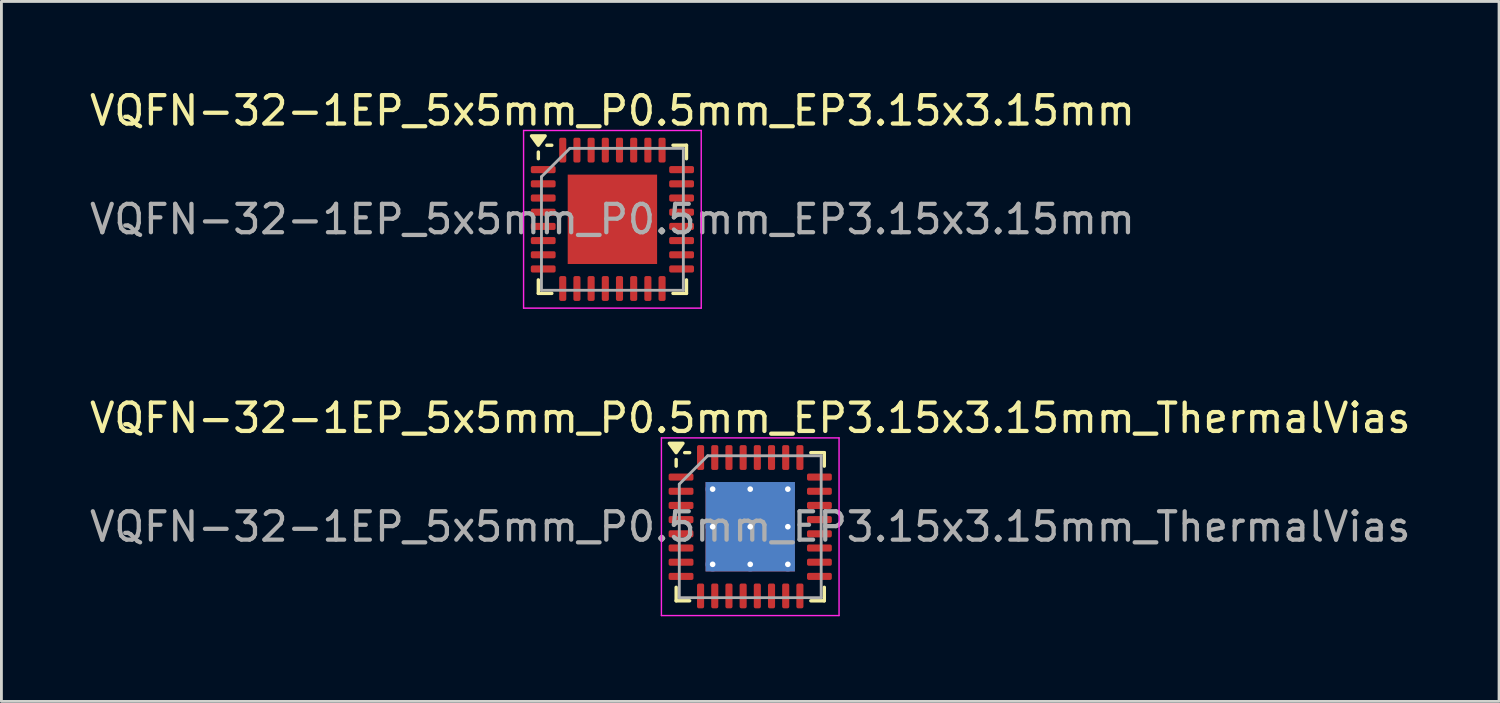
<source format=kicad_pcb>
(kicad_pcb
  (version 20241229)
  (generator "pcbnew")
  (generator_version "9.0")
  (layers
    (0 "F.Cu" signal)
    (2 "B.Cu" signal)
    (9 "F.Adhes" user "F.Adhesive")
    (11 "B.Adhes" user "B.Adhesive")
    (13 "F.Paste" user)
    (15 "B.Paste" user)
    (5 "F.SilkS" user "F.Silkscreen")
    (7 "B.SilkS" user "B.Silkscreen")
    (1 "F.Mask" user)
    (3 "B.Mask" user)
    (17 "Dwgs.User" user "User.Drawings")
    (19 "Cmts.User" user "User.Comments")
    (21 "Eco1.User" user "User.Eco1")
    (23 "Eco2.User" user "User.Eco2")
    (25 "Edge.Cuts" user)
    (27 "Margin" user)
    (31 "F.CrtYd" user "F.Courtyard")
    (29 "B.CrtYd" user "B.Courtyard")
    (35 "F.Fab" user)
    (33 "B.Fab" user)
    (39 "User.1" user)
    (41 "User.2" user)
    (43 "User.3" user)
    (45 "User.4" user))
  (footprint "VQFN-32-1EP_5x5mm_P0.5mm_EP3.15x3.15mm"
    (layer "F.Cu")
    (at 18.53 4.678)
    (property "Reference" "VQFN-32-1EP_5x5mm_P0.5mm_EP3.15x3.15mm" (at 0 -3.83 0) (layer "F.SilkS") (effects (font (size 1 1) (thickness 0.15))))
    (attr smd)
    (fp_line (start -2.61 -2.135) (end -2.61 -2.37) (stroke (width 0.12) (type solid)) (layer "F.SilkS"))
    (fp_line (start -2.61 2.61) (end -2.61 2.135) (stroke (width 0.12) (type solid)) (layer "F.SilkS"))
    (fp_line (start -2.135 -2.61) (end -2.31 -2.61) (stroke (width 0.12) (type solid)) (layer "F.SilkS"))
    (fp_line (start -2.135 2.61) (end -2.61 2.61) (stroke (width 0.12) (type solid)) (layer "F.SilkS"))
    (fp_line (start 2.135 -2.61) (end 2.61 -2.61) (stroke (width 0.12) (type solid)) (layer "F.SilkS"))
    (fp_line (start 2.135 2.61) (end 2.61 2.61) (stroke (width 0.12) (type solid)) (layer "F.SilkS"))
    (fp_line (start 2.61 -2.61) (end 2.61 -2.135) (stroke (width 0.12) (type solid)) (layer "F.SilkS"))
    (fp_line (start 2.61 2.61) (end 2.61 2.135) (stroke (width 0.12) (type solid)) (layer "F.SilkS"))
    (fp_poly (pts (xy -2.61 -2.61) (xy -2.85 -2.94) (xy -2.37 -2.94) (xy -2.61 -2.61)) (stroke (width 0.12) (type solid)) (fill yes) (layer "F.SilkS"))
    (fp_line (start -3.13 -3.13) (end -3.13 3.13) (stroke (width 0.05) (type solid)) (layer "F.CrtYd"))
    (fp_line (start -3.13 3.13) (end 3.13 3.13) (stroke (width 0.05) (type solid)) (layer "F.CrtYd"))
    (fp_line (start 3.13 -3.13) (end -3.13 -3.13) (stroke (width 0.05) (type solid)) (layer "F.CrtYd"))
    (fp_line (start 3.13 3.13) (end 3.13 -3.13) (stroke (width 0.05) (type solid)) (layer "F.CrtYd"))
    (fp_line (start -2.5 -1.5) (end -1.5 -2.5) (stroke (width 0.1) (type solid)) (layer "F.Fab"))
    (fp_line (start -2.5 2.5) (end -2.5 -1.5) (stroke (width 0.1) (type solid)) (layer "F.Fab"))
    (fp_line (start -1.5 -2.5) (end 2.5 -2.5) (stroke (width 0.1) (type solid)) (layer "F.Fab"))
    (fp_line (start 2.5 -2.5) (end 2.5 2.5) (stroke (width 0.1) (type solid)) (layer "F.Fab"))
    (fp_line (start 2.5 2.5) (end -2.5 2.5) (stroke (width 0.1) (type solid)) (layer "F.Fab"))
    (fp_text user "${REFERENCE}" (at 0 0 0) (layer "F.Fab") (effects (font (size 1 1) (thickness 0.15))))
    (pad "" smd roundrect (at -0.79 -0.79) (size 1.27 1.27) (layers "F.Paste") (roundrect_rratio 0.197))
    (pad "" smd roundrect (at -0.79 0.79) (size 1.27 1.27) (layers "F.Paste") (roundrect_rratio 0.197))
    (pad "" smd roundrect (at 0.79 -0.79) (size 1.27 1.27) (layers "F.Paste") (roundrect_rratio 0.197))
    (pad "" smd roundrect (at 0.79 0.79) (size 1.27 1.27) (layers "F.Paste") (roundrect_rratio 0.197))
    (pad "1" smd roundrect (at -2.438 -1.75) (size 0.875 0.25) (layers "F.Cu" "F.Mask" "F.Paste") (roundrect_rratio 0.25))
    (pad "2" smd roundrect (at -2.438 -1.25) (size 0.875 0.25) (layers "F.Cu" "F.Mask" "F.Paste") (roundrect_rratio 0.25))
    (pad "3" smd roundrect (at -2.438 -0.75) (size 0.875 0.25) (layers "F.Cu" "F.Mask" "F.Paste") (roundrect_rratio 0.25))
    (pad "4" smd roundrect (at -2.438 -0.25) (size 0.875 0.25) (layers "F.Cu" "F.Mask" "F.Paste") (roundrect_rratio 0.25))
    (pad "5" smd roundrect (at -2.438 0.25) (size 0.875 0.25) (layers "F.Cu" "F.Mask" "F.Paste") (roundrect_rratio 0.25))
    (pad "6" smd roundrect (at -2.438 0.75) (size 0.875 0.25) (layers "F.Cu" "F.Mask" "F.Paste") (roundrect_rratio 0.25))
    (pad "7" smd roundrect (at -2.438 1.25) (size 0.875 0.25) (layers "F.Cu" "F.Mask" "F.Paste") (roundrect_rratio 0.25))
    (pad "8" smd roundrect (at -2.438 1.75) (size 0.875 0.25) (layers "F.Cu" "F.Mask" "F.Paste") (roundrect_rratio 0.25))
    (pad "9" smd roundrect (at -1.75 2.438) (size 0.25 0.875) (layers "F.Cu" "F.Mask" "F.Paste") (roundrect_rratio 0.25))
    (pad "10" smd roundrect (at -1.25 2.438) (size 0.25 0.875) (layers "F.Cu" "F.Mask" "F.Paste") (roundrect_rratio 0.25))
    (pad "11" smd roundrect (at -0.75 2.438) (size 0.25 0.875) (layers "F.Cu" "F.Mask" "F.Paste") (roundrect_rratio 0.25))
    (pad "12" smd roundrect (at -0.25 2.438) (size 0.25 0.875) (layers "F.Cu" "F.Mask" "F.Paste") (roundrect_rratio 0.25))
    (pad "13" smd roundrect (at 0.25 2.438) (size 0.25 0.875) (layers "F.Cu" "F.Mask" "F.Paste") (roundrect_rratio 0.25))
    (pad "14" smd roundrect (at 0.75 2.438) (size 0.25 0.875) (layers "F.Cu" "F.Mask" "F.Paste") (roundrect_rratio 0.25))
    (pad "15" smd roundrect (at 1.25 2.438) (size 0.25 0.875) (layers "F.Cu" "F.Mask" "F.Paste") (roundrect_rratio 0.25))
    (pad "16" smd roundrect (at 1.75 2.438) (size 0.25 0.875) (layers "F.Cu" "F.Mask" "F.Paste") (roundrect_rratio 0.25))
    (pad "17" smd roundrect (at 2.438 1.75) (size 0.875 0.25) (layers "F.Cu" "F.Mask" "F.Paste") (roundrect_rratio 0.25))
    (pad "18" smd roundrect (at 2.438 1.25) (size 0.875 0.25) (layers "F.Cu" "F.Mask" "F.Paste") (roundrect_rratio 0.25))
    (pad "19" smd roundrect (at 2.438 0.75) (size 0.875 0.25) (layers "F.Cu" "F.Mask" "F.Paste") (roundrect_rratio 0.25))
    (pad "20" smd roundrect (at 2.438 0.25) (size 0.875 0.25) (layers "F.Cu" "F.Mask" "F.Paste") (roundrect_rratio 0.25))
    (pad "21" smd roundrect (at 2.438 -0.25) (size 0.875 0.25) (layers "F.Cu" "F.Mask" "F.Paste") (roundrect_rratio 0.25))
    (pad "22" smd roundrect (at 2.438 -0.75) (size 0.875 0.25) (layers "F.Cu" "F.Mask" "F.Paste") (roundrect_rratio 0.25))
    (pad "23" smd roundrect (at 2.438 -1.25) (size 0.875 0.25) (layers "F.Cu" "F.Mask" "F.Paste") (roundrect_rratio 0.25))
    (pad "24" smd roundrect (at 2.438 -1.75) (size 0.875 0.25) (layers "F.Cu" "F.Mask" "F.Paste") (roundrect_rratio 0.25))
    (pad "25" smd roundrect (at 1.75 -2.438) (size 0.25 0.875) (layers "F.Cu" "F.Mask" "F.Paste") (roundrect_rratio 0.25))
    (pad "26" smd roundrect (at 1.25 -2.438) (size 0.25 0.875) (layers "F.Cu" "F.Mask" "F.Paste") (roundrect_rratio 0.25))
    (pad "27" smd roundrect (at 0.75 -2.438) (size 0.25 0.875) (layers "F.Cu" "F.Mask" "F.Paste") (roundrect_rratio 0.25))
    (pad "28" smd roundrect (at 0.25 -2.438) (size 0.25 0.875) (layers "F.Cu" "F.Mask" "F.Paste") (roundrect_rratio 0.25))
    (pad "29" smd roundrect (at -0.25 -2.438) (size 0.25 0.875) (layers "F.Cu" "F.Mask" "F.Paste") (roundrect_rratio 0.25))
    (pad "30" smd roundrect (at -0.75 -2.438) (size 0.25 0.875) (layers "F.Cu" "F.Mask" "F.Paste") (roundrect_rratio 0.25))
    (pad "31" smd roundrect (at -1.25 -2.438) (size 0.25 0.875) (layers "F.Cu" "F.Mask" "F.Paste") (roundrect_rratio 0.25))
    (pad "32" smd roundrect (at -1.75 -2.438) (size 0.25 0.875) (layers "F.Cu" "F.Mask" "F.Paste") (roundrect_rratio 0.25))
    (pad "33" smd rect (at 0 0) (size 3.15 3.15) (property pad_prop_heatsink) (layers "F.Cu" "F.Mask")))
  (footprint "VQFN-32-1EP_5x5mm_P0.5mm_EP3.15x3.15mm_ThermalVias"
    (layer "F.Cu")
    (at 23.387 15.511)
    (property "Reference" "VQFN-32-1EP_5x5mm_P0.5mm_EP3.15x3.15mm_ThermalVias" (at 0 -3.83 0) (layer "F.SilkS") (effects (font (size 1 1) (thickness 0.15))))
    (attr smd)
    (fp_line (start -2.61 -2.135) (end -2.61 -2.37) (stroke (width 0.12) (type solid)) (layer "F.SilkS"))
    (fp_line (start -2.61 2.61) (end -2.61 2.135) (stroke (width 0.12) (type solid)) (layer "F.SilkS"))
    (fp_line (start -2.135 -2.61) (end -2.31 -2.61) (stroke (width 0.12) (type solid)) (layer "F.SilkS"))
    (fp_line (start -2.135 2.61) (end -2.61 2.61) (stroke (width 0.12) (type solid)) (layer "F.SilkS"))
    (fp_line (start 2.135 -2.61) (end 2.61 -2.61) (stroke (width 0.12) (type solid)) (layer "F.SilkS"))
    (fp_line (start 2.135 2.61) (end 2.61 2.61) (stroke (width 0.12) (type solid)) (layer "F.SilkS"))
    (fp_line (start 2.61 -2.61) (end 2.61 -2.135) (stroke (width 0.12) (type solid)) (layer "F.SilkS"))
    (fp_line (start 2.61 2.61) (end 2.61 2.135) (stroke (width 0.12) (type solid)) (layer "F.SilkS"))
    (fp_poly (pts (xy -2.61 -2.61) (xy -2.85 -2.94) (xy -2.37 -2.94) (xy -2.61 -2.61)) (stroke (width 0.12) (type solid)) (fill yes) (layer "F.SilkS"))
    (fp_line (start -3.13 -3.13) (end -3.13 3.13) (stroke (width 0.05) (type solid)) (layer "F.CrtYd"))
    (fp_line (start -3.13 3.13) (end 3.13 3.13) (stroke (width 0.05) (type solid)) (layer "F.CrtYd"))
    (fp_line (start 3.13 -3.13) (end -3.13 -3.13) (stroke (width 0.05) (type solid)) (layer "F.CrtYd"))
    (fp_line (start 3.13 3.13) (end 3.13 -3.13) (stroke (width 0.05) (type solid)) (layer "F.CrtYd"))
    (fp_line (start -2.5 -1.5) (end -1.5 -2.5) (stroke (width 0.1) (type solid)) (layer "F.Fab"))
    (fp_line (start -2.5 2.5) (end -2.5 -1.5) (stroke (width 0.1) (type solid)) (layer "F.Fab"))
    (fp_line (start -1.5 -2.5) (end 2.5 -2.5) (stroke (width 0.1) (type solid)) (layer "F.Fab"))
    (fp_line (start 2.5 -2.5) (end 2.5 2.5) (stroke (width 0.1) (type solid)) (layer "F.Fab"))
    (fp_line (start 2.5 2.5) (end -2.5 2.5) (stroke (width 0.1) (type solid)) (layer "F.Fab"))
    (fp_text user "${REFERENCE}" (at 0 0 0) (layer "F.Fab") (effects (font (size 1 1) (thickness 0.15))))
    (pad "" smd roundrect (at -0.79 -0.79) (size 1.27 1.27) (layers "F.Paste") (roundrect_rratio 0.197))
    (pad "" smd roundrect (at -0.79 0.79) (size 1.27 1.27) (layers "F.Paste") (roundrect_rratio 0.197))
    (pad "" smd roundrect (at 0.79 -0.79) (size 1.27 1.27) (layers "F.Paste") (roundrect_rratio 0.197))
    (pad "" smd roundrect (at 0.79 0.79) (size 1.27 1.27) (layers "F.Paste") (roundrect_rratio 0.197))
    (pad "1" smd roundrect (at -2.438 -1.75) (size 0.875 0.25) (layers "F.Cu" "F.Mask" "F.Paste") (roundrect_rratio 0.25))
    (pad "2" smd roundrect (at -2.438 -1.25) (size 0.875 0.25) (layers "F.Cu" "F.Mask" "F.Paste") (roundrect_rratio 0.25))
    (pad "3" smd roundrect (at -2.438 -0.75) (size 0.875 0.25) (layers "F.Cu" "F.Mask" "F.Paste") (roundrect_rratio 0.25))
    (pad "4" smd roundrect (at -2.438 -0.25) (size 0.875 0.25) (layers "F.Cu" "F.Mask" "F.Paste") (roundrect_rratio 0.25))
    (pad "5" smd roundrect (at -2.438 0.25) (size 0.875 0.25) (layers "F.Cu" "F.Mask" "F.Paste") (roundrect_rratio 0.25))
    (pad "6" smd roundrect (at -2.438 0.75) (size 0.875 0.25) (layers "F.Cu" "F.Mask" "F.Paste") (roundrect_rratio 0.25))
    (pad "7" smd roundrect (at -2.438 1.25) (size 0.875 0.25) (layers "F.Cu" "F.Mask" "F.Paste") (roundrect_rratio 0.25))
    (pad "8" smd roundrect (at -2.438 1.75) (size 0.875 0.25) (layers "F.Cu" "F.Mask" "F.Paste") (roundrect_rratio 0.25))
    (pad "9" smd roundrect (at -1.75 2.438) (size 0.25 0.875) (layers "F.Cu" "F.Mask" "F.Paste") (roundrect_rratio 0.25))
    (pad "10" smd roundrect (at -1.25 2.438) (size 0.25 0.875) (layers "F.Cu" "F.Mask" "F.Paste") (roundrect_rratio 0.25))
    (pad "11" smd roundrect (at -0.75 2.438) (size 0.25 0.875) (layers "F.Cu" "F.Mask" "F.Paste") (roundrect_rratio 0.25))
    (pad "12" smd roundrect (at -0.25 2.438) (size 0.25 0.875) (layers "F.Cu" "F.Mask" "F.Paste") (roundrect_rratio 0.25))
    (pad "13" smd roundrect (at 0.25 2.438) (size 0.25 0.875) (layers "F.Cu" "F.Mask" "F.Paste") (roundrect_rratio 0.25))
    (pad "14" smd roundrect (at 0.75 2.438) (size 0.25 0.875) (layers "F.Cu" "F.Mask" "F.Paste") (roundrect_rratio 0.25))
    (pad "15" smd roundrect (at 1.25 2.438) (size 0.25 0.875) (layers "F.Cu" "F.Mask" "F.Paste") (roundrect_rratio 0.25))
    (pad "16" smd roundrect (at 1.75 2.438) (size 0.25 0.875) (layers "F.Cu" "F.Mask" "F.Paste") (roundrect_rratio 0.25))
    (pad "17" smd roundrect (at 2.438 1.75) (size 0.875 0.25) (layers "F.Cu" "F.Mask" "F.Paste") (roundrect_rratio 0.25))
    (pad "18" smd roundrect (at 2.438 1.25) (size 0.875 0.25) (layers "F.Cu" "F.Mask" "F.Paste") (roundrect_rratio 0.25))
    (pad "19" smd roundrect (at 2.438 0.75) (size 0.875 0.25) (layers "F.Cu" "F.Mask" "F.Paste") (roundrect_rratio 0.25))
    (pad "20" smd roundrect (at 2.438 0.25) (size 0.875 0.25) (layers "F.Cu" "F.Mask" "F.Paste") (roundrect_rratio 0.25))
    (pad "21" smd roundrect (at 2.438 -0.25) (size 0.875 0.25) (layers "F.Cu" "F.Mask" "F.Paste") (roundrect_rratio 0.25))
    (pad "22" smd roundrect (at 2.438 -0.75) (size 0.875 0.25) (layers "F.Cu" "F.Mask" "F.Paste") (roundrect_rratio 0.25))
    (pad "23" smd roundrect (at 2.438 -1.25) (size 0.875 0.25) (layers "F.Cu" "F.Mask" "F.Paste") (roundrect_rratio 0.25))
    (pad "24" smd roundrect (at 2.438 -1.75) (size 0.875 0.25) (layers "F.Cu" "F.Mask" "F.Paste") (roundrect_rratio 0.25))
    (pad "25" smd roundrect (at 1.75 -2.438) (size 0.25 0.875) (layers "F.Cu" "F.Mask" "F.Paste") (roundrect_rratio 0.25))
    (pad "26" smd roundrect (at 1.25 -2.438) (size 0.25 0.875) (layers "F.Cu" "F.Mask" "F.Paste") (roundrect_rratio 0.25))
    (pad "27" smd roundrect (at 0.75 -2.438) (size 0.25 0.875) (layers "F.Cu" "F.Mask" "F.Paste") (roundrect_rratio 0.25))
    (pad "28" smd roundrect (at 0.25 -2.438) (size 0.25 0.875) (layers "F.Cu" "F.Mask" "F.Paste") (roundrect_rratio 0.25))
    (pad "29" smd roundrect (at -0.25 -2.438) (size 0.25 0.875) (layers "F.Cu" "F.Mask" "F.Paste") (roundrect_rratio 0.25))
    (pad "30" smd roundrect (at -0.75 -2.438) (size 0.25 0.875) (layers "F.Cu" "F.Mask" "F.Paste") (roundrect_rratio 0.25))
    (pad "31" smd roundrect (at -1.25 -2.438) (size 0.25 0.875) (layers "F.Cu" "F.Mask" "F.Paste") (roundrect_rratio 0.25))
    (pad "32" smd roundrect (at -1.75 -2.438) (size 0.25 0.875) (layers "F.Cu" "F.Mask" "F.Paste") (roundrect_rratio 0.25))
    (pad "33" thru_hole circle (at -1.325 -1.325) (size 0.5 0.5) (drill 0.2) (property pad_prop_heatsink) (layers "*.Cu"))
    (pad "33" thru_hole circle (at -1.325 0) (size 0.5 0.5) (drill 0.2) (property pad_prop_heatsink) (layers "*.Cu"))
    (pad "33" thru_hole circle (at -1.325 1.325) (size 0.5 0.5) (drill 0.2) (property pad_prop_heatsink) (layers "*.Cu"))
    (pad "33" thru_hole circle (at 0 -1.325) (size 0.5 0.5) (drill 0.2) (property pad_prop_heatsink) (layers "*.Cu"))
    (pad "33" thru_hole circle (at 0 0) (size 0.5 0.5) (drill 0.2) (property pad_prop_heatsink) (layers "*.Cu"))
    (pad "33" smd rect (at 0 0) (size 3.15 3.15) (property pad_prop_heatsink) (layers "F.Cu" "F.Mask"))
    (pad "33" smd rect (at 0 0) (size 3.15 3.15) (property pad_prop_heatsink) (layers "B.Cu"))
    (pad "33" thru_hole circle (at 0 1.325) (size 0.5 0.5) (drill 0.2) (property pad_prop_heatsink) (layers "*.Cu"))
    (pad "33" thru_hole circle (at 1.325 -1.325) (size 0.5 0.5) (drill 0.2) (property pad_prop_heatsink) (layers "*.Cu"))
    (pad "33" thru_hole circle (at 1.325 0) (size 0.5 0.5) (drill 0.2) (property pad_prop_heatsink) (layers "*.Cu"))
    (pad "33" thru_hole circle (at 1.325 1.325) (size 0.5 0.5) (drill 0.2) (property pad_prop_heatsink) (layers "*.Cu")))
  (gr_rect
    (start -3 -3)
    (end 49.774 21.666)
    (stroke (width 0.1) (type default))
    (fill no)
    (layer "Edge.Cuts")))
</source>
